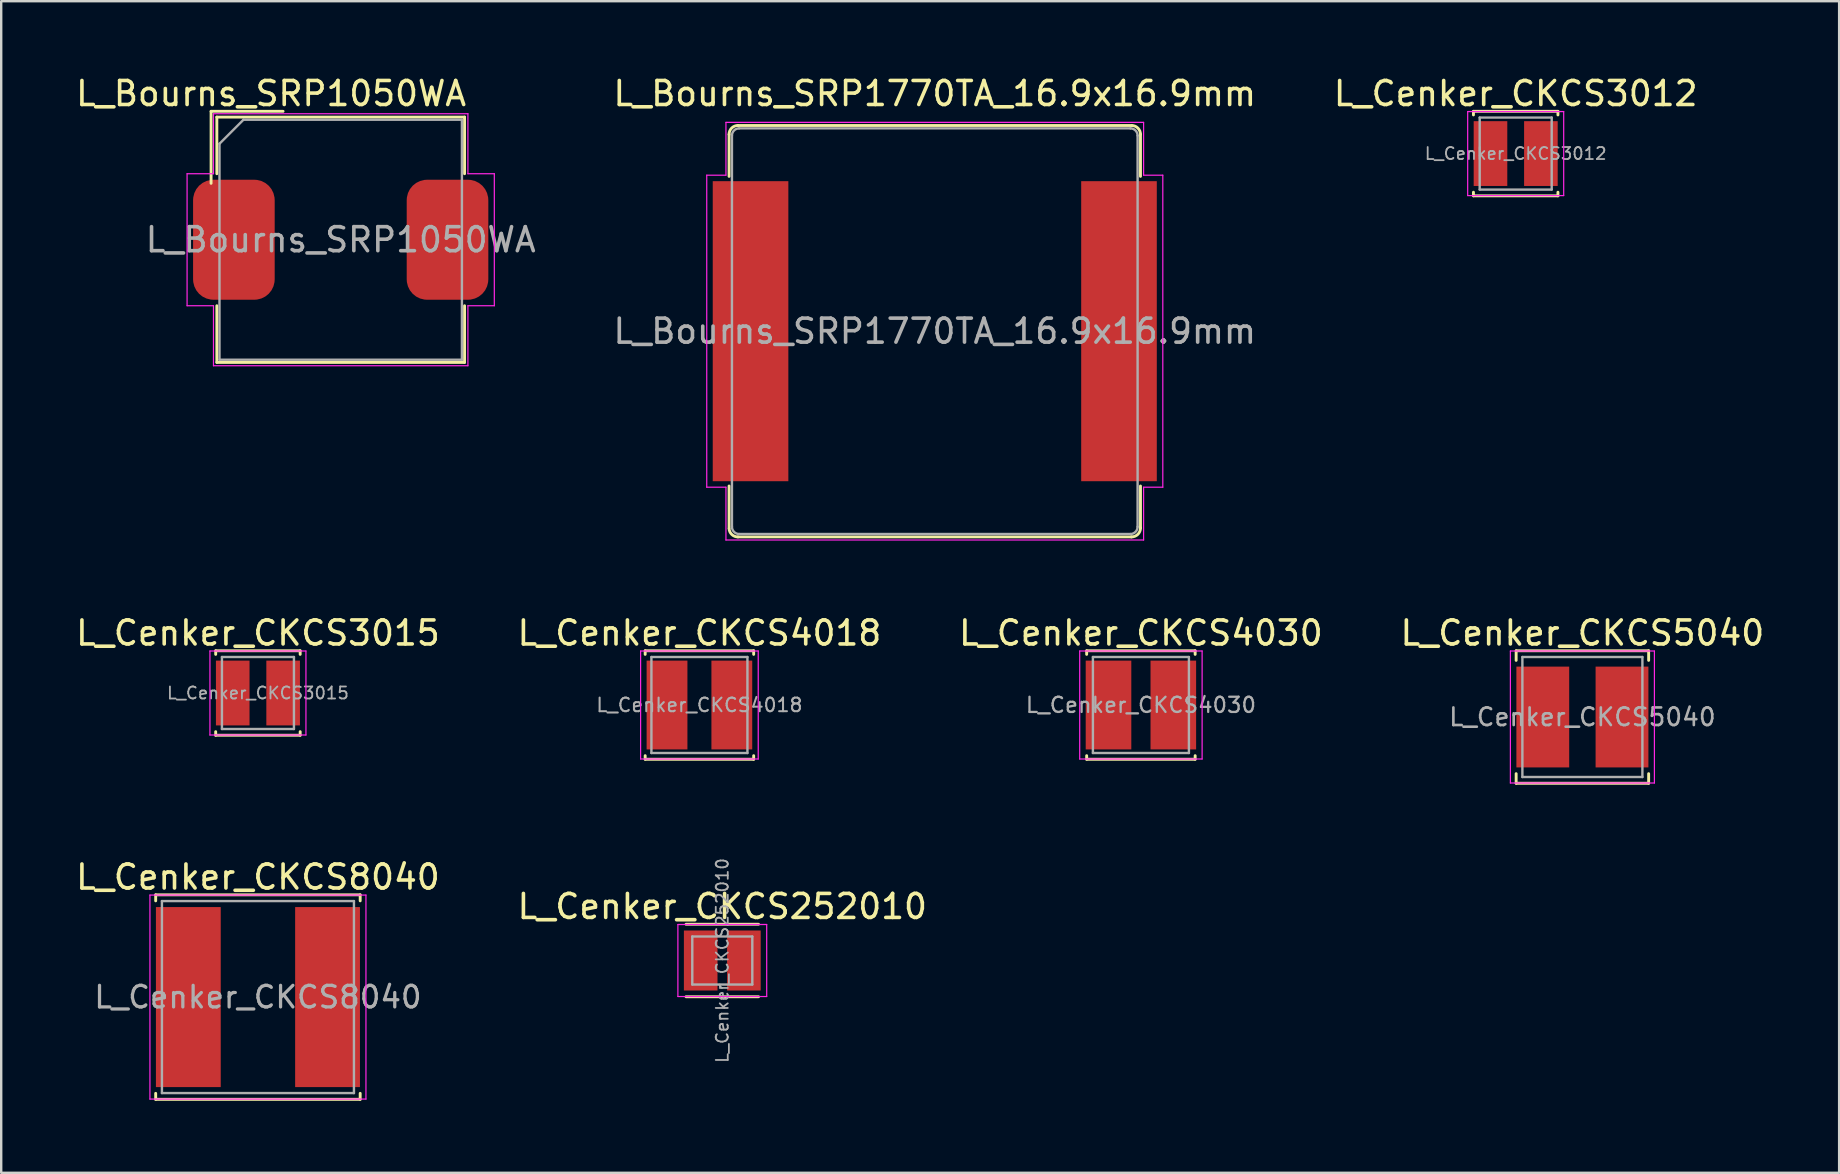
<source format=kicad_pcb>
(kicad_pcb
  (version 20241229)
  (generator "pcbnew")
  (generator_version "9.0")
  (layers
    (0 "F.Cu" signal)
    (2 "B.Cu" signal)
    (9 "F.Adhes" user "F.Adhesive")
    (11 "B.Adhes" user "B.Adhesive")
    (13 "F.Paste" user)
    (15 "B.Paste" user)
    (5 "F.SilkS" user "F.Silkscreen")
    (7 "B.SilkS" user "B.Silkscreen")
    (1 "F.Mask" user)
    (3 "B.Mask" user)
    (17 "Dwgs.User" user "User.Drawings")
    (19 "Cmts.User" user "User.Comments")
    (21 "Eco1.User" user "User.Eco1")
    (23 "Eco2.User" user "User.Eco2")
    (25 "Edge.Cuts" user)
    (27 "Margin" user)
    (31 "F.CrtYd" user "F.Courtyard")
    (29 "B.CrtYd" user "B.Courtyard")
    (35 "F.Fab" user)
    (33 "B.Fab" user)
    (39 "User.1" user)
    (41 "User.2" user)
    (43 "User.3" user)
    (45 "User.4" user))
  (footprint "L_Cenker_CKCS4030"
    (layer "F.Cu")
    (at 44.482 26.322)
    (property "Reference" "L_Cenker_CKCS4030" (at 0 -3 0) (layer "F.SilkS") (effects (font (size 1 1) (thickness 0.15))))
    (attr smd)
    (fp_line (start -2.26 -2.26) (end -2.26 -2.11) (stroke (width 0.12) (type solid)) (layer "F.SilkS"))
    (fp_line (start -2.26 -2.26) (end 2.26 -2.26) (stroke (width 0.12) (type solid)) (layer "F.SilkS"))
    (fp_line (start -2.26 2.26) (end -2.26 2.11) (stroke (width 0.12) (type solid)) (layer "F.SilkS"))
    (fp_line (start -2.26 2.26) (end 2.26 2.26) (stroke (width 0.12) (type solid)) (layer "F.SilkS"))
    (fp_line (start 2.26 -2.26) (end 2.26 -2.11) (stroke (width 0.12) (type solid)) (layer "F.SilkS"))
    (fp_line (start 2.26 2.26) (end 2.26 2.11) (stroke (width 0.12) (type solid)) (layer "F.SilkS"))
    (fp_line (start -2.55 -2.25) (end -2.55 2.25) (stroke (width 0.05) (type solid)) (layer "F.CrtYd"))
    (fp_line (start -2.55 2.25) (end 2.55 2.25) (stroke (width 0.05) (type solid)) (layer "F.CrtYd"))
    (fp_line (start 2.55 -2.25) (end -2.55 -2.25) (stroke (width 0.05) (type solid)) (layer "F.CrtYd"))
    (fp_line (start 2.55 2.25) (end 2.55 -2.25) (stroke (width 0.05) (type solid)) (layer "F.CrtYd"))
    (fp_line (start -2 -2) (end -2 2) (stroke (width 0.1) (type solid)) (layer "F.Fab"))
    (fp_line (start -2 2) (end 2 2) (stroke (width 0.1) (type solid)) (layer "F.Fab"))
    (fp_line (start 2 -2) (end -2 -2) (stroke (width 0.1) (type solid)) (layer "F.Fab"))
    (fp_line (start 2 2) (end 2 -2) (stroke (width 0.1) (type solid)) (layer "F.Fab"))
    (fp_text user "${REFERENCE}" (at 0 0 0) (layer "F.Fab") (effects (font (size 0.633 0.633) (thickness 0.095))))
    (pad "1" smd rect (at -1.35 0) (size 1.9 3.7) (layers "F.Cu" "F.Mask" "F.Paste"))
    (pad "2" smd rect (at 1.35 0) (size 1.9 3.7) (layers "F.Cu" "F.Mask" "F.Paste")))
  (footprint "L_Cenker_CKCS3012"
    (layer "F.Cu")
    (at 60.096 3.348)
    (property "Reference" "L_Cenker_CKCS3012" (at 0 -2.5 0) (layer "F.SilkS") (effects (font (size 1 1) (thickness 0.15))))
    (attr smd)
    (fp_line (start -1.76 -1.76) (end -1.76 -1.61) (stroke (width 0.12) (type solid)) (layer "F.SilkS"))
    (fp_line (start -1.76 -1.76) (end 1.76 -1.76) (stroke (width 0.12) (type solid)) (layer "F.SilkS"))
    (fp_line (start -1.76 1.76) (end -1.76 1.61) (stroke (width 0.12) (type solid)) (layer "F.SilkS"))
    (fp_line (start -1.76 1.76) (end 1.76 1.76) (stroke (width 0.12) (type solid)) (layer "F.SilkS"))
    (fp_line (start 1.76 -1.76) (end 1.76 -1.61) (stroke (width 0.12) (type solid)) (layer "F.SilkS"))
    (fp_line (start 1.76 1.76) (end 1.76 1.61) (stroke (width 0.12) (type solid)) (layer "F.SilkS"))
    (fp_line (start -2 -1.75) (end -2 1.75) (stroke (width 0.05) (type solid)) (layer "F.CrtYd"))
    (fp_line (start -2 1.75) (end 2 1.75) (stroke (width 0.05) (type solid)) (layer "F.CrtYd"))
    (fp_line (start 2 -1.75) (end -2 -1.75) (stroke (width 0.05) (type solid)) (layer "F.CrtYd"))
    (fp_line (start 2 1.75) (end 2 -1.75) (stroke (width 0.05) (type solid)) (layer "F.CrtYd"))
    (fp_line (start -1.5 -1.5) (end -1.5 1.5) (stroke (width 0.1) (type solid)) (layer "F.Fab"))
    (fp_line (start -1.5 1.5) (end 1.5 1.5) (stroke (width 0.1) (type solid)) (layer "F.Fab"))
    (fp_line (start 1.5 -1.5) (end -1.5 -1.5) (stroke (width 0.1) (type solid)) (layer "F.Fab"))
    (fp_line (start 1.5 1.5) (end 1.5 -1.5) (stroke (width 0.1) (type solid)) (layer "F.Fab"))
    (fp_text user "${REFERENCE}" (at 0 0 0) (layer "F.Fab") (effects (font (size 0.5 0.5) (thickness 0.075))))
    (pad "1" smd rect (at -1.05 0) (size 1.4 2.7) (layers "F.Cu" "F.Mask" "F.Paste"))
    (pad "2" smd rect (at 1.05 0) (size 1.4 2.7) (layers "F.Cu" "F.Mask" "F.Paste")))
  (footprint "L_Bourns_SRP1050WA"
    (layer "F.Cu")
    (at 11.144 6.938)
    (property "Reference" "L_Bourns_SRP1050WA" (at -2.9 -6.09 0) (layer "F.SilkS") (effects (font (size 1 1) (thickness 0.15))))
    (attr smd)
    (fp_line (start -5.4 -5.35) (end -2.4 -5.35) (stroke (width 0.12) (type solid)) (layer "F.SilkS"))
    (fp_line (start -5.4 -2.35) (end -5.4 -5.35) (stroke (width 0.12) (type solid)) (layer "F.SilkS"))
    (fp_line (start -5.16 -5.11) (end -5.16 -2.75) (stroke (width 0.12) (type solid)) (layer "F.SilkS"))
    (fp_line (start -5.16 -5.11) (end 5.16 -5.11) (stroke (width 0.12) (type solid)) (layer "F.SilkS"))
    (fp_line (start -5.16 2.75) (end -5.16 5.11) (stroke (width 0.12) (type solid)) (layer "F.SilkS"))
    (fp_line (start -5.16 5.11) (end 5.16 5.11) (stroke (width 0.12) (type solid)) (layer "F.SilkS"))
    (fp_line (start 5.16 -5.11) (end 5.16 -2.75) (stroke (width 0.12) (type solid)) (layer "F.SilkS"))
    (fp_line (start 5.16 2.75) (end 5.16 5.11) (stroke (width 0.12) (type solid)) (layer "F.SilkS"))
    (fp_line (start -6.4 -2.75) (end -6.4 2.75) (stroke (width 0.05) (type solid)) (layer "F.CrtYd"))
    (fp_line (start -6.4 2.75) (end -5.3 2.75) (stroke (width 0.05) (type solid)) (layer "F.CrtYd"))
    (fp_line (start -5.3 -5.25) (end -5.3 -2.75) (stroke (width 0.05) (type solid)) (layer "F.CrtYd"))
    (fp_line (start -5.3 -5.25) (end 5.3 -5.25) (stroke (width 0.05) (type solid)) (layer "F.CrtYd"))
    (fp_line (start -5.3 -2.75) (end -6.4 -2.75) (stroke (width 0.05) (type solid)) (layer "F.CrtYd"))
    (fp_line (start -5.3 2.75) (end -5.3 5.25) (stroke (width 0.05) (type solid)) (layer "F.CrtYd"))
    (fp_line (start -5.3 5.25) (end 5.3 5.25) (stroke (width 0.05) (type solid)) (layer "F.CrtYd"))
    (fp_line (start 5.3 -5.25) (end 5.3 -2.75) (stroke (width 0.05) (type solid)) (layer "F.CrtYd"))
    (fp_line (start 5.3 -2.75) (end 6.4 -2.75) (stroke (width 0.05) (type solid)) (layer "F.CrtYd"))
    (fp_line (start 5.3 2.75) (end 5.3 5.25) (stroke (width 0.05) (type solid)) (layer "F.CrtYd"))
    (fp_line (start 6.4 -2.75) (end 6.4 2.75) (stroke (width 0.05) (type solid)) (layer "F.CrtYd"))
    (fp_line (start 6.4 2.75) (end 5.3 2.75) (stroke (width 0.05) (type solid)) (layer "F.CrtYd"))
    (fp_line (start -5.05 -4) (end -4.05 -5) (stroke (width 0.1) (type solid)) (layer "F.Fab"))
    (fp_line (start -5.05 5) (end -5.05 -4) (stroke (width 0.1) (type solid)) (layer "F.Fab"))
    (fp_line (start -4.05 -5) (end 5.05 -5) (stroke (width 0.1) (type solid)) (layer "F.Fab"))
    (fp_line (start 5.05 -5) (end 5.05 5) (stroke (width 0.1) (type solid)) (layer "F.Fab"))
    (fp_line (start 5.05 5) (end -5.05 5) (stroke (width 0.1) (type solid)) (layer "F.Fab"))
    (fp_text user "${REFERENCE}" (at 0 0 0) (layer "F.Fab") (effects (font (size 1 1) (thickness 0.15))))
    (pad "1" smd roundrect (at -4.45 0) (size 3.4 5) (layers "F.Cu" "F.Mask" "F.Paste") (roundrect_rratio 0.25))
    (pad "2" smd roundrect (at 4.45 0) (size 3.4 5) (layers "F.Cu" "F.Mask" "F.Paste") (roundrect_rratio 0.25)))
  (footprint "L_Cenker_CKCS252010"
    (layer "F.Cu")
    (at 27.042 36.966)
    (property "Reference" "L_Cenker_CKCS252010" (at 0 -2.25 0) (layer "F.SilkS") (effects (font (size 1 1) (thickness 0.15))))
    (attr smd)
    (fp_line (start -1.51 -1.51) (end 1.51 -1.51) (stroke (width 0.12) (type solid)) (layer "F.SilkS"))
    (fp_line (start -1.51 1.51) (end 1.51 1.51) (stroke (width 0.12) (type solid)) (layer "F.SilkS"))
    (fp_line (start -1.85 -1.5) (end -1.85 1.5) (stroke (width 0.05) (type solid)) (layer "F.CrtYd"))
    (fp_line (start -1.85 1.5) (end 1.85 1.5) (stroke (width 0.05) (type solid)) (layer "F.CrtYd"))
    (fp_line (start 1.85 -1.5) (end -1.85 -1.5) (stroke (width 0.05) (type solid)) (layer "F.CrtYd"))
    (fp_line (start 1.85 1.5) (end 1.85 -1.5) (stroke (width 0.05) (type solid)) (layer "F.CrtYd"))
    (fp_line (start -1.25 -1) (end -1.25 1) (stroke (width 0.1) (type solid)) (layer "F.Fab"))
    (fp_line (start -1.25 1) (end 1.25 1) (stroke (width 0.1) (type solid)) (layer "F.Fab"))
    (fp_line (start 1.25 -1) (end -1.25 -1) (stroke (width 0.1) (type solid)) (layer "F.Fab"))
    (fp_line (start 1.25 1) (end 1.25 -1) (stroke (width 0.1) (type solid)) (layer "F.Fab"))
    (fp_text user "${REFERENCE}" (at 0 0 90) (layer "F.Fab") (effects (font (size 0.5 0.5) (thickness 0.075))))
    (pad "1" smd rect (at -0.9 0) (size 1.4 2.5) (layers "F.Cu" "F.Mask" "F.Paste"))
    (pad "2" smd rect (at 0.9 0) (size 1.4 2.5) (layers "F.Cu" "F.Mask" "F.Paste")))
  (footprint "L_Bourns_SRP1770TA_16.9x16.9mm"
    (layer "F.Cu")
    (at 35.894 10.748)
    (property "Reference" "L_Bourns_SRP1770TA_16.9x16.9mm" (at 0 -9.9 0) (layer "F.SilkS") (effects (font (size 1 1) (thickness 0.15))))
    (attr smd)
    (fp_line (start -8.57 -8.2) (end -8.57 -6.45) (stroke (width 0.12) (type solid)) (layer "F.SilkS"))
    (fp_line (start -8.57 6.45) (end -8.57 8.2) (stroke (width 0.12) (type solid)) (layer "F.SilkS"))
    (fp_line (start -8.2 -8.57) (end 8.2 -8.57) (stroke (width 0.12) (type solid)) (layer "F.SilkS"))
    (fp_line (start 8.2 8.57) (end -8.2 8.57) (stroke (width 0.12) (type solid)) (layer "F.SilkS"))
    (fp_line (start 8.57 -8.2) (end 8.57 -6.45) (stroke (width 0.12) (type solid)) (layer "F.SilkS"))
    (fp_line (start 8.57 6.45) (end 8.57 8.2) (stroke (width 0.12) (type solid)) (layer "F.SilkS"))
    (fp_arc (start -8.57 -8.2) (mid -8.46163 -8.46163) (end -8.2 -8.57) (stroke (width 0.12) (type solid)) (layer "F.SilkS"))
    (fp_arc (start -8.2 8.571214) (mid -8.451658 8.472888) (end -8.57 8.23) (stroke (width 0.12) (type solid)) (layer "F.SilkS"))
    (fp_arc (start 8.209248 -8.569884) (mid 8.464879 -8.458339) (end 8.57 -8.2) (stroke (width 0.12) (type solid)) (layer "F.SilkS"))
    (fp_arc (start 8.570135 8.2) (mid 8.458165 8.465237) (end 8.19 8.57) (stroke (width 0.12) (type solid)) (layer "F.SilkS"))
    (fp_line (start -9.5 -6.5) (end -9.5 6.5) (stroke (width 0.05) (type solid)) (layer "F.CrtYd"))
    (fp_line (start -9.5 -6.5) (end -8.7 -6.5) (stroke (width 0.05) (type solid)) (layer "F.CrtYd"))
    (fp_line (start -8.7 -8.7) (end -8.7 -6.5) (stroke (width 0.05) (type solid)) (layer "F.CrtYd"))
    (fp_line (start -8.7 -8.7) (end 8.7 -8.7) (stroke (width 0.05) (type solid)) (layer "F.CrtYd"))
    (fp_line (start -8.7 6.5) (end -9.5 6.5) (stroke (width 0.05) (type solid)) (layer "F.CrtYd"))
    (fp_line (start -8.7 8.7) (end -8.7 6.5) (stroke (width 0.05) (type solid)) (layer "F.CrtYd"))
    (fp_line (start 8.7 -8.7) (end 8.7 -6.5) (stroke (width 0.05) (type solid)) (layer "F.CrtYd"))
    (fp_line (start 8.7 6.5) (end 8.7 8.7) (stroke (width 0.05) (type solid)) (layer "F.CrtYd"))
    (fp_line (start 8.7 8.7) (end -8.7 8.7) (stroke (width 0.05) (type solid)) (layer "F.CrtYd"))
    (fp_line (start 9.5 -6.5) (end 8.7 -6.5) (stroke (width 0.05) (type solid)) (layer "F.CrtYd"))
    (fp_line (start 9.5 -6.5) (end 9.5 6.5) (stroke (width 0.05) (type solid)) (layer "F.CrtYd"))
    (fp_line (start 9.5 6.5) (end 8.7 6.5) (stroke (width 0.05) (type solid)) (layer "F.CrtYd"))
    (fp_line (start -8.45 -8.15) (end -8.45 8.15) (stroke (width 0.1) (type solid)) (layer "F.Fab"))
    (fp_line (start -8.15 -8.45) (end 8.15 -8.45) (stroke (width 0.1) (type solid)) (layer "F.Fab"))
    (fp_line (start 8.15 8.45) (end -8.15 8.45) (stroke (width 0.1) (type solid)) (layer "F.Fab"))
    (fp_line (start 8.45 -8.15) (end 8.45 8.15) (stroke (width 0.1) (type solid)) (layer "F.Fab"))
    (fp_arc (start -8.45 -8.15) (mid -8.362132 -8.362132) (end -8.15 -8.45) (stroke (width 0.1) (type solid)) (layer "F.Fab"))
    (fp_arc (start -8.15 8.45) (mid -8.362132 8.362132) (end -8.45 8.15) (stroke (width 0.1) (type solid)) (layer "F.Fab"))
    (fp_arc (start 8.15 -8.45) (mid 8.362132 -8.362132) (end 8.45 -8.15) (stroke (width 0.1) (type solid)) (layer "F.Fab"))
    (fp_arc (start 8.45 8.15) (mid 8.362132 8.362132) (end 8.15 8.45) (stroke (width 0.1) (type solid)) (layer "F.Fab"))
    (fp_text user "${REFERENCE}" (at 0 0 0) (layer "F.Fab") (effects (font (size 1 1) (thickness 0.15))))
    (pad "1" smd rect (at -7.675 0) (size 3.15 12.5) (layers "F.Cu" "F.Mask" "F.Paste"))
    (pad "2" smd rect (at 7.675 0) (size 3.15 12.5) (layers "F.Cu" "F.Mask" "F.Paste")))
  (footprint "L_Cenker_CKCS3015"
    (layer "F.Cu")
    (at 7.696 25.822)
    (property "Reference" "L_Cenker_CKCS3015" (at 0 -2.5 0) (layer "F.SilkS") (effects (font (size 1 1) (thickness 0.15))))
    (attr smd)
    (fp_line (start -1.76 -1.76) (end -1.76 -1.61) (stroke (width 0.12) (type solid)) (layer "F.SilkS"))
    (fp_line (start -1.76 -1.76) (end 1.76 -1.76) (stroke (width 0.12) (type solid)) (layer "F.SilkS"))
    (fp_line (start -1.76 1.76) (end -1.76 1.61) (stroke (width 0.12) (type solid)) (layer "F.SilkS"))
    (fp_line (start -1.76 1.76) (end 1.76 1.76) (stroke (width 0.12) (type solid)) (layer "F.SilkS"))
    (fp_line (start 1.76 -1.76) (end 1.76 -1.61) (stroke (width 0.12) (type solid)) (layer "F.SilkS"))
    (fp_line (start 1.76 1.76) (end 1.76 1.61) (stroke (width 0.12) (type solid)) (layer "F.SilkS"))
    (fp_line (start -2 -1.75) (end -2 1.75) (stroke (width 0.05) (type solid)) (layer "F.CrtYd"))
    (fp_line (start -2 1.75) (end 2 1.75) (stroke (width 0.05) (type solid)) (layer "F.CrtYd"))
    (fp_line (start 2 -1.75) (end -2 -1.75) (stroke (width 0.05) (type solid)) (layer "F.CrtYd"))
    (fp_line (start 2 1.75) (end 2 -1.75) (stroke (width 0.05) (type solid)) (layer "F.CrtYd"))
    (fp_line (start -1.5 -1.5) (end -1.5 1.5) (stroke (width 0.1) (type solid)) (layer "F.Fab"))
    (fp_line (start -1.5 1.5) (end 1.5 1.5) (stroke (width 0.1) (type solid)) (layer "F.Fab"))
    (fp_line (start 1.5 -1.5) (end -1.5 -1.5) (stroke (width 0.1) (type solid)) (layer "F.Fab"))
    (fp_line (start 1.5 1.5) (end 1.5 -1.5) (stroke (width 0.1) (type solid)) (layer "F.Fab"))
    (fp_text user "${REFERENCE}" (at 0 0 0) (layer "F.Fab") (effects (font (size 0.5 0.5) (thickness 0.075))))
    (pad "1" smd rect (at -1.05 0) (size 1.4 2.7) (layers "F.Cu" "F.Mask" "F.Paste"))
    (pad "2" smd rect (at 1.05 0) (size 1.4 2.7) (layers "F.Cu" "F.Mask" "F.Paste")))
  (footprint "L_Cenker_CKCS5040"
    (layer "F.Cu")
    (at 62.875 26.822)
    (property "Reference" "L_Cenker_CKCS5040" (at 0 -3.5 0) (layer "F.SilkS") (effects (font (size 1 1) (thickness 0.15))))
    (attr smd)
    (fp_line (start -2.76 -2.76) (end -2.76 -2.36) (stroke (width 0.12) (type solid)) (layer "F.SilkS"))
    (fp_line (start -2.76 -2.76) (end 2.76 -2.76) (stroke (width 0.12) (type solid)) (layer "F.SilkS"))
    (fp_line (start -2.76 2.76) (end -2.76 2.36) (stroke (width 0.12) (type solid)) (layer "F.SilkS"))
    (fp_line (start -2.76 2.76) (end 2.76 2.76) (stroke (width 0.12) (type solid)) (layer "F.SilkS"))
    (fp_line (start 2.76 -2.76) (end 2.76 -2.36) (stroke (width 0.12) (type solid)) (layer "F.SilkS"))
    (fp_line (start 2.76 2.76) (end 2.76 2.36) (stroke (width 0.12) (type solid)) (layer "F.SilkS"))
    (fp_line (start -3 -2.75) (end -3 2.75) (stroke (width 0.05) (type solid)) (layer "F.CrtYd"))
    (fp_line (start -3 2.75) (end 3 2.75) (stroke (width 0.05) (type solid)) (layer "F.CrtYd"))
    (fp_line (start 3 -2.75) (end -3 -2.75) (stroke (width 0.05) (type solid)) (layer "F.CrtYd"))
    (fp_line (start 3 2.75) (end 3 -2.75) (stroke (width 0.05) (type solid)) (layer "F.CrtYd"))
    (fp_line (start -2.5 -2.5) (end -2.5 2.5) (stroke (width 0.1) (type solid)) (layer "F.Fab"))
    (fp_line (start -2.5 2.5) (end 2.5 2.5) (stroke (width 0.1) (type solid)) (layer "F.Fab"))
    (fp_line (start 2.5 -2.5) (end -2.5 -2.5) (stroke (width 0.1) (type solid)) (layer "F.Fab"))
    (fp_line (start 2.5 2.5) (end 2.5 -2.5) (stroke (width 0.1) (type solid)) (layer "F.Fab"))
    (fp_text user "${REFERENCE}" (at 0 0 0) (layer "F.Fab") (effects (font (size 0.733 0.733) (thickness 0.11))))
    (pad "1" smd rect (at -1.65 0) (size 2.2 4.2) (layers "F.Cu" "F.Mask" "F.Paste"))
    (pad "2" smd rect (at 1.65 0) (size 2.2 4.2) (layers "F.Cu" "F.Mask" "F.Paste")))
  (footprint "L_Cenker_CKCS8040"
    (layer "F.Cu")
    (at 7.696 38.49)
    (property "Reference" "L_Cenker_CKCS8040" (at 0 -5 0) (layer "F.SilkS") (effects (font (size 1 1) (thickness 0.15))))
    (attr smd)
    (fp_line (start -4.26 -4.26) (end -4.26 -4.01) (stroke (width 0.12) (type solid)) (layer "F.SilkS"))
    (fp_line (start -4.26 -4.26) (end 4.26 -4.26) (stroke (width 0.12) (type solid)) (layer "F.SilkS"))
    (fp_line (start -4.26 4.26) (end -4.26 4.01) (stroke (width 0.12) (type solid)) (layer "F.SilkS"))
    (fp_line (start -4.26 4.26) (end 4.26 4.26) (stroke (width 0.12) (type solid)) (layer "F.SilkS"))
    (fp_line (start 4.26 -4.26) (end 4.26 -4.01) (stroke (width 0.12) (type solid)) (layer "F.SilkS"))
    (fp_line (start 4.26 4.26) (end 4.26 4.01) (stroke (width 0.12) (type solid)) (layer "F.SilkS"))
    (fp_line (start -4.5 -4.25) (end -4.5 4.25) (stroke (width 0.05) (type solid)) (layer "F.CrtYd"))
    (fp_line (start -4.5 4.25) (end 4.5 4.25) (stroke (width 0.05) (type solid)) (layer "F.CrtYd"))
    (fp_line (start 4.5 -4.25) (end -4.5 -4.25) (stroke (width 0.05) (type solid)) (layer "F.CrtYd"))
    (fp_line (start 4.5 4.25) (end 4.5 -4.25) (stroke (width 0.05) (type solid)) (layer "F.CrtYd"))
    (fp_line (start -4 -4) (end -4 4) (stroke (width 0.1) (type solid)) (layer "F.Fab"))
    (fp_line (start -4 4) (end 4 4) (stroke (width 0.1) (type solid)) (layer "F.Fab"))
    (fp_line (start 4 -4) (end -4 -4) (stroke (width 0.1) (type solid)) (layer "F.Fab"))
    (fp_line (start 4 4) (end 4 -4) (stroke (width 0.1) (type solid)) (layer "F.Fab"))
    (fp_text user "${REFERENCE}" (at 0 0 0) (layer "F.Fab") (effects (font (size 0.9 0.9) (thickness 0.135))))
    (pad "1" smd rect (at -2.9 0) (size 2.7 7.5) (layers "F.Cu" "F.Mask" "F.Paste"))
    (pad "2" smd rect (at 2.9 0) (size 2.7 7.5) (layers "F.Cu" "F.Mask" "F.Paste")))
  (footprint "L_Cenker_CKCS4018"
    (layer "F.Cu")
    (at 26.089 26.322)
    (property "Reference" "L_Cenker_CKCS4018" (at 0 -3 0) (layer "F.SilkS") (effects (font (size 1 1) (thickness 0.15))))
    (attr smd)
    (fp_line (start -2.26 -2.26) (end -2.26 -2.11) (stroke (width 0.12) (type solid)) (layer "F.SilkS"))
    (fp_line (start -2.26 -2.26) (end 2.26 -2.26) (stroke (width 0.12) (type solid)) (layer "F.SilkS"))
    (fp_line (start -2.26 2.26) (end -2.26 2.11) (stroke (width 0.12) (type solid)) (layer "F.SilkS"))
    (fp_line (start -2.26 2.26) (end 2.26 2.26) (stroke (width 0.12) (type solid)) (layer "F.SilkS"))
    (fp_line (start 2.26 -2.26) (end 2.26 -2.11) (stroke (width 0.12) (type solid)) (layer "F.SilkS"))
    (fp_line (start 2.26 2.26) (end 2.26 2.11) (stroke (width 0.12) (type solid)) (layer "F.SilkS"))
    (fp_line (start -2.45 -2.25) (end -2.45 2.25) (stroke (width 0.05) (type solid)) (layer "F.CrtYd"))
    (fp_line (start -2.45 2.25) (end 2.45 2.25) (stroke (width 0.05) (type solid)) (layer "F.CrtYd"))
    (fp_line (start 2.45 -2.25) (end -2.45 -2.25) (stroke (width 0.05) (type solid)) (layer "F.CrtYd"))
    (fp_line (start 2.45 2.25) (end 2.45 -2.25) (stroke (width 0.05) (type solid)) (layer "F.CrtYd"))
    (fp_line (start -2 -2) (end -2 2) (stroke (width 0.1) (type solid)) (layer "F.Fab"))
    (fp_line (start -2 2) (end 2 2) (stroke (width 0.1) (type solid)) (layer "F.Fab"))
    (fp_line (start 2 -2) (end -2 -2) (stroke (width 0.1) (type solid)) (layer "F.Fab"))
    (fp_line (start 2 2) (end 2 -2) (stroke (width 0.1) (type solid)) (layer "F.Fab"))
    (fp_text user "${REFERENCE}" (at 0 0 0) (layer "F.Fab") (effects (font (size 0.567 0.567) (thickness 0.085))))
    (pad "1" smd rect (at -1.35 0) (size 1.7 3.7) (layers "F.Cu" "F.Mask" "F.Paste"))
    (pad "2" smd rect (at 1.35 0) (size 1.7 3.7) (layers "F.Cu" "F.Mask" "F.Paste")))
  (gr_rect
    (start -3 -3)
    (end 73.571 45.81)
    (stroke (width 0.1) (type default))
    (fill no)
    (layer "Edge.Cuts")))
</source>
